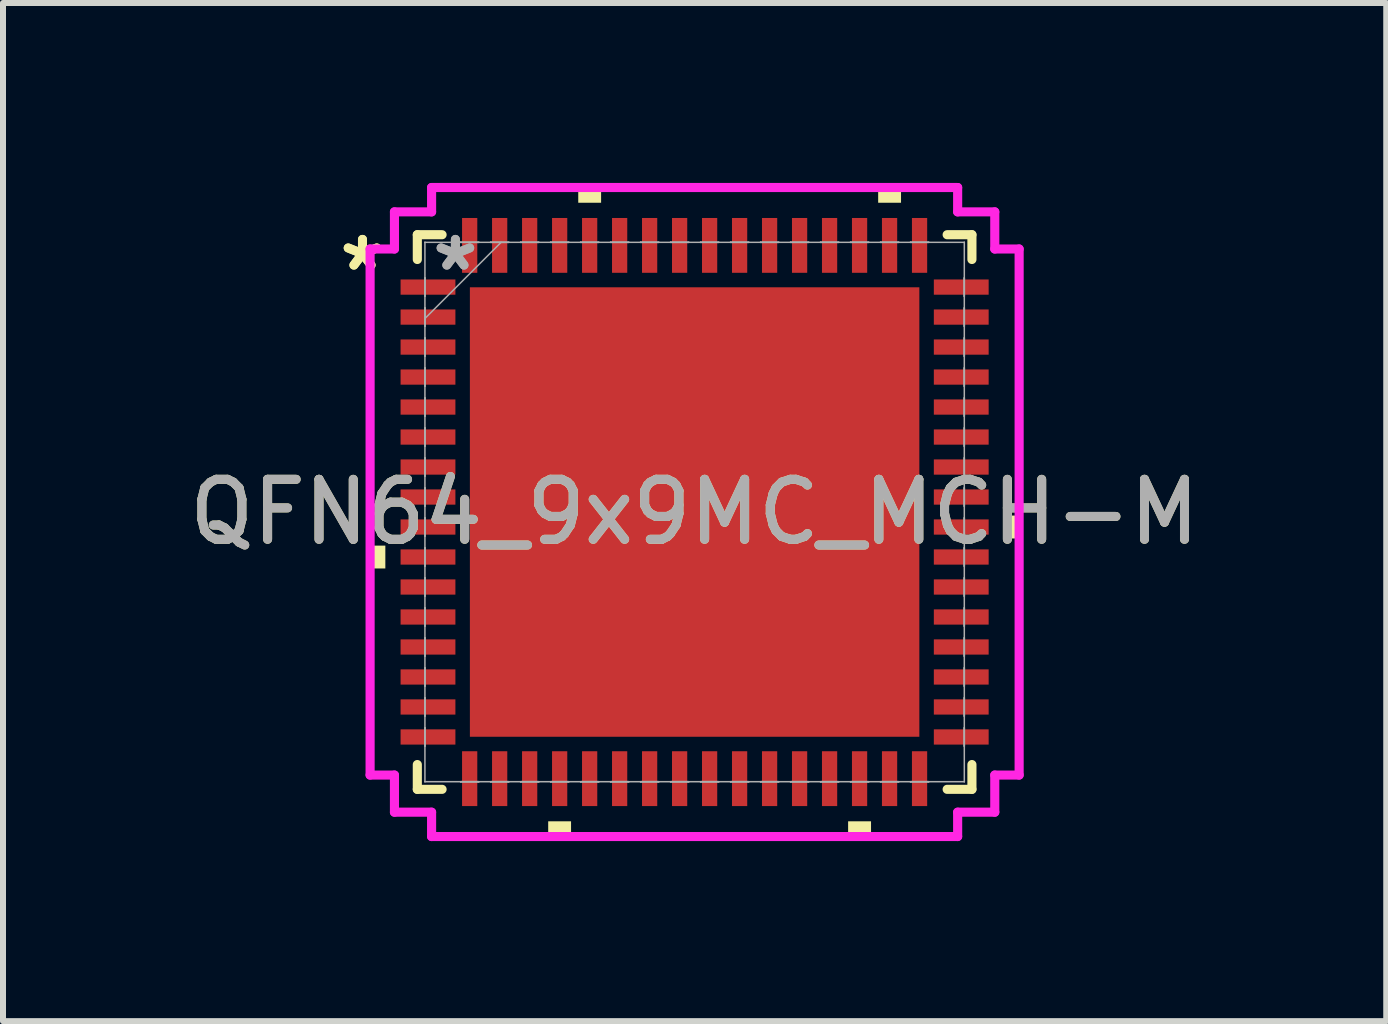
<source format=kicad_pcb>
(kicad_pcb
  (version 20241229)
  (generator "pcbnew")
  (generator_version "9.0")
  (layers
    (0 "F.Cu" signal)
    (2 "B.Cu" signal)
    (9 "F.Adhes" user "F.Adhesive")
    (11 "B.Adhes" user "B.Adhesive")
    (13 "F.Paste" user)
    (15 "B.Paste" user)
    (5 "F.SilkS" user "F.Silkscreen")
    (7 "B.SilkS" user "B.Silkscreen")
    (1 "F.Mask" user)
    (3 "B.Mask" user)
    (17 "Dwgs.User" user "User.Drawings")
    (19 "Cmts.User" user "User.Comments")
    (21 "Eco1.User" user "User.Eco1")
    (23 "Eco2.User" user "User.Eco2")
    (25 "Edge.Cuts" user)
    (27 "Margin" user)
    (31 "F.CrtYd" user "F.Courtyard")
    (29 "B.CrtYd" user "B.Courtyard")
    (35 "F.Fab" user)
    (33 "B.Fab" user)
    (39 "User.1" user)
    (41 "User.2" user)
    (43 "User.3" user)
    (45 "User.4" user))
  (footprint "QFN64_9x9MC_MCH-M"
    (layer "F.Cu")
    (at 8.53 5.486)
    (property "Reference" "QFN64_9x9MC_MCH-M" (at 0 0 0) (unlocked yes) (layer "F.SilkS") (effects (font (size 1 1) (thickness 0.15))))
    (attr smd)
    (fp_line (start -4.623 -4.623) (end -4.623 -4.21) (stroke (width 0.152) (type solid)) (layer "F.SilkS"))
    (fp_line (start -4.623 4.21) (end -4.623 4.623) (stroke (width 0.152) (type solid)) (layer "F.SilkS"))
    (fp_line (start -4.623 4.623) (end -4.21 4.623) (stroke (width 0.152) (type solid)) (layer "F.SilkS"))
    (fp_line (start -4.21 -4.623) (end -4.623 -4.623) (stroke (width 0.152) (type solid)) (layer "F.SilkS"))
    (fp_line (start 4.21 4.623) (end 4.623 4.623) (stroke (width 0.152) (type solid)) (layer "F.SilkS"))
    (fp_line (start 4.623 -4.623) (end 4.21 -4.623) (stroke (width 0.152) (type solid)) (layer "F.SilkS"))
    (fp_line (start 4.623 -4.21) (end 4.623 -4.623) (stroke (width 0.152) (type solid)) (layer "F.SilkS"))
    (fp_line (start 4.623 4.623) (end 4.623 4.21) (stroke (width 0.152) (type solid)) (layer "F.SilkS"))
    (fp_poly (pts (xy -5.41 0.56) (xy -5.41 0.941) (xy -5.156 0.941) (xy -5.156 0.56)) (stroke (width 0) (type solid)) (fill yes) (layer "F.SilkS"))
    (fp_poly (pts (xy -2.441 5.156) (xy -2.441 5.41) (xy -2.06 5.41) (xy -2.06 5.156)) (stroke (width 0) (type solid)) (fill yes) (layer "F.SilkS"))
    (fp_poly (pts (xy -1.94 -5.156) (xy -1.94 -5.41) (xy -1.559 -5.41) (xy -1.559 -5.156)) (stroke (width 0) (type solid)) (fill yes) (layer "F.SilkS"))
    (fp_poly (pts (xy 2.559 5.156) (xy 2.559 5.41) (xy 2.941 5.41) (xy 2.941 5.156)) (stroke (width 0) (type solid)) (fill yes) (layer "F.SilkS"))
    (fp_poly (pts (xy 3.06 -5.156) (xy 3.06 -5.41) (xy 3.441 -5.41) (xy 3.441 -5.156)) (stroke (width 0) (type solid)) (fill yes) (layer "F.SilkS"))
    (fp_poly (pts (xy 5.41 0.059) (xy 5.41 0.441) (xy 5.156 0.441) (xy 5.156 0.059)) (stroke (width 0) (type solid)) (fill yes) (layer "F.SilkS"))
    (fp_poly (pts (xy -3.647 -3.647) (xy -3.647 -2.348) (xy -2.348 -2.348) (xy -2.348 -3.647)) (stroke (width 0) (type solid)) (fill yes) (layer "F.Paste"))
    (fp_poly (pts (xy -3.647 -2.148) (xy -3.647 -0.849) (xy -2.348 -0.849) (xy -2.348 -2.148)) (stroke (width 0) (type solid)) (fill yes) (layer "F.Paste"))
    (fp_poly (pts (xy -3.647 -0.649) (xy -3.647 0.649) (xy -2.348 0.649) (xy -2.348 -0.649)) (stroke (width 0) (type solid)) (fill yes) (layer "F.Paste"))
    (fp_poly (pts (xy -3.647 0.849) (xy -3.647 2.148) (xy -2.348 2.148) (xy -2.348 0.849)) (stroke (width 0) (type solid)) (fill yes) (layer "F.Paste"))
    (fp_poly (pts (xy -3.647 2.348) (xy -3.647 3.647) (xy -2.348 3.647) (xy -2.348 2.348)) (stroke (width 0) (type solid)) (fill yes) (layer "F.Paste"))
    (fp_poly (pts (xy -2.148 -3.647) (xy -2.148 -2.348) (xy -0.849 -2.348) (xy -0.849 -3.647)) (stroke (width 0) (type solid)) (fill yes) (layer "F.Paste"))
    (fp_poly (pts (xy -2.148 -2.148) (xy -2.148 -0.849) (xy -0.849 -0.849) (xy -0.849 -2.148)) (stroke (width 0) (type solid)) (fill yes) (layer "F.Paste"))
    (fp_poly (pts (xy -2.148 -0.649) (xy -2.148 0.649) (xy -0.849 0.649) (xy -0.849 -0.649)) (stroke (width 0) (type solid)) (fill yes) (layer "F.Paste"))
    (fp_poly (pts (xy -2.148 0.849) (xy -2.148 2.148) (xy -0.849 2.148) (xy -0.849 0.849)) (stroke (width 0) (type solid)) (fill yes) (layer "F.Paste"))
    (fp_poly (pts (xy -2.148 2.348) (xy -2.148 3.647) (xy -0.849 3.647) (xy -0.849 2.348)) (stroke (width 0) (type solid)) (fill yes) (layer "F.Paste"))
    (fp_poly (pts (xy -0.649 -3.647) (xy -0.649 -2.348) (xy 0.649 -2.348) (xy 0.649 -3.647)) (stroke (width 0) (type solid)) (fill yes) (layer "F.Paste"))
    (fp_poly (pts (xy -0.649 -2.148) (xy -0.649 -0.849) (xy 0.649 -0.849) (xy 0.649 -2.148)) (stroke (width 0) (type solid)) (fill yes) (layer "F.Paste"))
    (fp_poly (pts (xy -0.649 -0.649) (xy -0.649 0.649) (xy 0.649 0.649) (xy 0.649 -0.649)) (stroke (width 0) (type solid)) (fill yes) (layer "F.Paste"))
    (fp_poly (pts (xy -0.649 0.849) (xy -0.649 2.148) (xy 0.649 2.148) (xy 0.649 0.849)) (stroke (width 0) (type solid)) (fill yes) (layer "F.Paste"))
    (fp_poly (pts (xy -0.649 2.348) (xy -0.649 3.647) (xy 0.649 3.647) (xy 0.649 2.348)) (stroke (width 0) (type solid)) (fill yes) (layer "F.Paste"))
    (fp_poly (pts (xy 0.849 -3.647) (xy 0.849 -2.348) (xy 2.148 -2.348) (xy 2.148 -3.647)) (stroke (width 0) (type solid)) (fill yes) (layer "F.Paste"))
    (fp_poly (pts (xy 0.849 -2.148) (xy 0.849 -0.849) (xy 2.148 -0.849) (xy 2.148 -2.148)) (stroke (width 0) (type solid)) (fill yes) (layer "F.Paste"))
    (fp_poly (pts (xy 0.849 -0.649) (xy 0.849 0.649) (xy 2.148 0.649) (xy 2.148 -0.649)) (stroke (width 0) (type solid)) (fill yes) (layer "F.Paste"))
    (fp_poly (pts (xy 0.849 0.849) (xy 0.849 2.148) (xy 2.148 2.148) (xy 2.148 0.849)) (stroke (width 0) (type solid)) (fill yes) (layer "F.Paste"))
    (fp_poly (pts (xy 0.849 2.348) (xy 0.849 3.647) (xy 2.148 3.647) (xy 2.148 2.348)) (stroke (width 0) (type solid)) (fill yes) (layer "F.Paste"))
    (fp_poly (pts (xy 2.348 -3.647) (xy 2.348 -2.348) (xy 3.647 -2.348) (xy 3.647 -3.647)) (stroke (width 0) (type solid)) (fill yes) (layer "F.Paste"))
    (fp_poly (pts (xy 2.348 -2.148) (xy 2.348 -0.849) (xy 3.647 -0.849) (xy 3.647 -2.148)) (stroke (width 0) (type solid)) (fill yes) (layer "F.Paste"))
    (fp_poly (pts (xy 2.348 -0.649) (xy 2.348 0.649) (xy 3.647 0.649) (xy 3.647 -0.649)) (stroke (width 0) (type solid)) (fill yes) (layer "F.Paste"))
    (fp_poly (pts (xy 2.348 0.849) (xy 2.348 2.148) (xy 3.647 2.148) (xy 3.647 0.849)) (stroke (width 0) (type solid)) (fill yes) (layer "F.Paste"))
    (fp_poly (pts (xy 2.348 2.348) (xy 2.348 3.647) (xy 3.647 3.647) (xy 3.647 2.348)) (stroke (width 0) (type solid)) (fill yes) (layer "F.Paste"))
    (fp_line (start -5.41 -4.385) (end -5.004 -4.385) (stroke (width 0.152) (type solid)) (layer "F.CrtYd"))
    (fp_line (start -5.41 4.385) (end -5.41 -4.385) (stroke (width 0.152) (type solid)) (layer "F.CrtYd"))
    (fp_line (start -5.004 -5.004) (end -4.385 -5.004) (stroke (width 0.152) (type solid)) (layer "F.CrtYd"))
    (fp_line (start -5.004 -4.385) (end -5.004 -5.004) (stroke (width 0.152) (type solid)) (layer "F.CrtYd"))
    (fp_line (start -5.004 4.385) (end -5.41 4.385) (stroke (width 0.152) (type solid)) (layer "F.CrtYd"))
    (fp_line (start -5.004 5.004) (end -5.004 4.385) (stroke (width 0.152) (type solid)) (layer "F.CrtYd"))
    (fp_line (start -4.385 -5.41) (end 4.385 -5.41) (stroke (width 0.152) (type solid)) (layer "F.CrtYd"))
    (fp_line (start -4.385 -5.004) (end -4.385 -5.41) (stroke (width 0.152) (type solid)) (layer "F.CrtYd"))
    (fp_line (start -4.385 5.004) (end -5.004 5.004) (stroke (width 0.152) (type solid)) (layer "F.CrtYd"))
    (fp_line (start -4.385 5.41) (end -4.385 5.004) (stroke (width 0.152) (type solid)) (layer "F.CrtYd"))
    (fp_line (start 4.385 -5.41) (end 4.385 -5.004) (stroke (width 0.152) (type solid)) (layer "F.CrtYd"))
    (fp_line (start 4.385 -5.004) (end 5.004 -5.004) (stroke (width 0.152) (type solid)) (layer "F.CrtYd"))
    (fp_line (start 4.385 5.004) (end 4.385 5.41) (stroke (width 0.152) (type solid)) (layer "F.CrtYd"))
    (fp_line (start 4.385 5.41) (end -4.385 5.41) (stroke (width 0.152) (type solid)) (layer "F.CrtYd"))
    (fp_line (start 5.004 -5.004) (end 5.004 -4.385) (stroke (width 0.152) (type solid)) (layer "F.CrtYd"))
    (fp_line (start 5.004 -4.385) (end 5.41 -4.385) (stroke (width 0.152) (type solid)) (layer "F.CrtYd"))
    (fp_line (start 5.004 4.385) (end 5.004 5.004) (stroke (width 0.152) (type solid)) (layer "F.CrtYd"))
    (fp_line (start 5.004 5.004) (end 4.385 5.004) (stroke (width 0.152) (type solid)) (layer "F.CrtYd"))
    (fp_line (start 5.41 -4.385) (end 5.41 4.385) (stroke (width 0.152) (type solid)) (layer "F.CrtYd"))
    (fp_line (start 5.41 4.385) (end 5.004 4.385) (stroke (width 0.152) (type solid)) (layer "F.CrtYd"))
    (fp_line (start -4.496 -4.496) (end -4.496 -4.496) (stroke (width 0.025) (type solid)) (layer "F.Fab"))
    (fp_line (start -4.496 -4.496) (end -4.496 4.496) (stroke (width 0.025) (type solid)) (layer "F.Fab"))
    (fp_line (start -4.496 -3.902) (end -4.496 -3.902) (stroke (width 0.025) (type solid)) (layer "F.Fab"))
    (fp_line (start -4.496 -3.902) (end -4.496 -3.598) (stroke (width 0.025) (type solid)) (layer "F.Fab"))
    (fp_line (start -4.496 -3.598) (end -4.496 -3.902) (stroke (width 0.025) (type solid)) (layer "F.Fab"))
    (fp_line (start -4.496 -3.598) (end -4.496 -3.598) (stroke (width 0.025) (type solid)) (layer "F.Fab"))
    (fp_line (start -4.496 -3.402) (end -4.496 -3.402) (stroke (width 0.025) (type solid)) (layer "F.Fab"))
    (fp_line (start -4.496 -3.402) (end -4.496 -3.098) (stroke (width 0.025) (type solid)) (layer "F.Fab"))
    (fp_line (start -4.496 -3.226) (end -3.226 -4.496) (stroke (width 0.025) (type solid)) (layer "F.Fab"))
    (fp_line (start -4.496 -3.098) (end -4.496 -3.402) (stroke (width 0.025) (type solid)) (layer "F.Fab"))
    (fp_line (start -4.496 -3.098) (end -4.496 -3.098) (stroke (width 0.025) (type solid)) (layer "F.Fab"))
    (fp_line (start -4.496 -2.902) (end -4.496 -2.902) (stroke (width 0.025) (type solid)) (layer "F.Fab"))
    (fp_line (start -4.496 -2.902) (end -4.496 -2.598) (stroke (width 0.025) (type solid)) (layer "F.Fab"))
    (fp_line (start -4.496 -2.598) (end -4.496 -2.902) (stroke (width 0.025) (type solid)) (layer "F.Fab"))
    (fp_line (start -4.496 -2.598) (end -4.496 -2.598) (stroke (width 0.025) (type solid)) (layer "F.Fab"))
    (fp_line (start -4.496 -2.402) (end -4.496 -2.402) (stroke (width 0.025) (type solid)) (layer "F.Fab"))
    (fp_line (start -4.496 -2.402) (end -4.496 -2.098) (stroke (width 0.025) (type solid)) (layer "F.Fab"))
    (fp_line (start -4.496 -2.098) (end -4.496 -2.402) (stroke (width 0.025) (type solid)) (layer "F.Fab"))
    (fp_line (start -4.496 -2.098) (end -4.496 -2.098) (stroke (width 0.025) (type solid)) (layer "F.Fab"))
    (fp_line (start -4.496 -1.902) (end -4.496 -1.902) (stroke (width 0.025) (type solid)) (layer "F.Fab"))
    (fp_line (start -4.496 -1.902) (end -4.496 -1.598) (stroke (width 0.025) (type solid)) (layer "F.Fab"))
    (fp_line (start -4.496 -1.598) (end -4.496 -1.902) (stroke (width 0.025) (type solid)) (layer "F.Fab"))
    (fp_line (start -4.496 -1.598) (end -4.496 -1.598) (stroke (width 0.025) (type solid)) (layer "F.Fab"))
    (fp_line (start -4.496 -1.402) (end -4.496 -1.402) (stroke (width 0.025) (type solid)) (layer "F.Fab"))
    (fp_line (start -4.496 -1.402) (end -4.496 -1.098) (stroke (width 0.025) (type solid)) (layer "F.Fab"))
    (fp_line (start -4.496 -1.098) (end -4.496 -1.402) (stroke (width 0.025) (type solid)) (layer "F.Fab"))
    (fp_line (start -4.496 -1.098) (end -4.496 -1.098) (stroke (width 0.025) (type solid)) (layer "F.Fab"))
    (fp_line (start -4.496 -0.902) (end -4.496 -0.902) (stroke (width 0.025) (type solid)) (layer "F.Fab"))
    (fp_line (start -4.496 -0.902) (end -4.496 -0.598) (stroke (width 0.025) (type solid)) (layer "F.Fab"))
    (fp_line (start -4.496 -0.598) (end -4.496 -0.902) (stroke (width 0.025) (type solid)) (layer "F.Fab"))
    (fp_line (start -4.496 -0.598) (end -4.496 -0.598) (stroke (width 0.025) (type solid)) (layer "F.Fab"))
    (fp_line (start -4.496 -0.402) (end -4.496 -0.402) (stroke (width 0.025) (type solid)) (layer "F.Fab"))
    (fp_line (start -4.496 -0.402) (end -4.496 -0.098) (stroke (width 0.025) (type solid)) (layer "F.Fab"))
    (fp_line (start -4.496 -0.098) (end -4.496 -0.402) (stroke (width 0.025) (type solid)) (layer "F.Fab"))
    (fp_line (start -4.496 -0.098) (end -4.496 -0.098) (stroke (width 0.025) (type solid)) (layer "F.Fab"))
    (fp_line (start -4.496 0.098) (end -4.496 0.098) (stroke (width 0.025) (type solid)) (layer "F.Fab"))
    (fp_line (start -4.496 0.098) (end -4.496 0.402) (stroke (width 0.025) (type solid)) (layer "F.Fab"))
    (fp_line (start -4.496 0.402) (end -4.496 0.098) (stroke (width 0.025) (type solid)) (layer "F.Fab"))
    (fp_line (start -4.496 0.402) (end -4.496 0.402) (stroke (width 0.025) (type solid)) (layer "F.Fab"))
    (fp_line (start -4.496 0.598) (end -4.496 0.598) (stroke (width 0.025) (type solid)) (layer "F.Fab"))
    (fp_line (start -4.496 0.598) (end -4.496 0.902) (stroke (width 0.025) (type solid)) (layer "F.Fab"))
    (fp_line (start -4.496 0.902) (end -4.496 0.598) (stroke (width 0.025) (type solid)) (layer "F.Fab"))
    (fp_line (start -4.496 0.902) (end -4.496 0.902) (stroke (width 0.025) (type solid)) (layer "F.Fab"))
    (fp_line (start -4.496 1.098) (end -4.496 1.098) (stroke (width 0.025) (type solid)) (layer "F.Fab"))
    (fp_line (start -4.496 1.098) (end -4.496 1.402) (stroke (width 0.025) (type solid)) (layer "F.Fab"))
    (fp_line (start -4.496 1.402) (end -4.496 1.098) (stroke (width 0.025) (type solid)) (layer "F.Fab"))
    (fp_line (start -4.496 1.402) (end -4.496 1.402) (stroke (width 0.025) (type solid)) (layer "F.Fab"))
    (fp_line (start -4.496 1.598) (end -4.496 1.598) (stroke (width 0.025) (type solid)) (layer "F.Fab"))
    (fp_line (start -4.496 1.598) (end -4.496 1.902) (stroke (width 0.025) (type solid)) (layer "F.Fab"))
    (fp_line (start -4.496 1.902) (end -4.496 1.598) (stroke (width 0.025) (type solid)) (layer "F.Fab"))
    (fp_line (start -4.496 1.902) (end -4.496 1.902) (stroke (width 0.025) (type solid)) (layer "F.Fab"))
    (fp_line (start -4.496 2.098) (end -4.496 2.098) (stroke (width 0.025) (type solid)) (layer "F.Fab"))
    (fp_line (start -4.496 2.098) (end -4.496 2.402) (stroke (width 0.025) (type solid)) (layer "F.Fab"))
    (fp_line (start -4.496 2.402) (end -4.496 2.098) (stroke (width 0.025) (type solid)) (layer "F.Fab"))
    (fp_line (start -4.496 2.402) (end -4.496 2.402) (stroke (width 0.025) (type solid)) (layer "F.Fab"))
    (fp_line (start -4.496 2.598) (end -4.496 2.598) (stroke (width 0.025) (type solid)) (layer "F.Fab"))
    (fp_line (start -4.496 2.598) (end -4.496 2.902) (stroke (width 0.025) (type solid)) (layer "F.Fab"))
    (fp_line (start -4.496 2.902) (end -4.496 2.598) (stroke (width 0.025) (type solid)) (layer "F.Fab"))
    (fp_line (start -4.496 2.902) (end -4.496 2.902) (stroke (width 0.025) (type solid)) (layer "F.Fab"))
    (fp_line (start -4.496 3.098) (end -4.496 3.098) (stroke (width 0.025) (type solid)) (layer "F.Fab"))
    (fp_line (start -4.496 3.098) (end -4.496 3.402) (stroke (width 0.025) (type solid)) (layer "F.Fab"))
    (fp_line (start -4.496 3.402) (end -4.496 3.098) (stroke (width 0.025) (type solid)) (layer "F.Fab"))
    (fp_line (start -4.496 3.402) (end -4.496 3.402) (stroke (width 0.025) (type solid)) (layer "F.Fab"))
    (fp_line (start -4.496 3.598) (end -4.496 3.598) (stroke (width 0.025) (type solid)) (layer "F.Fab"))
    (fp_line (start -4.496 3.598) (end -4.496 3.902) (stroke (width 0.025) (type solid)) (layer "F.Fab"))
    (fp_line (start -4.496 3.902) (end -4.496 3.598) (stroke (width 0.025) (type solid)) (layer "F.Fab"))
    (fp_line (start -4.496 3.902) (end -4.496 3.902) (stroke (width 0.025) (type solid)) (layer "F.Fab"))
    (fp_line (start -4.496 4.496) (end -4.496 4.496) (stroke (width 0.025) (type solid)) (layer "F.Fab"))
    (fp_line (start -4.496 4.496) (end 4.496 4.496) (stroke (width 0.025) (type solid)) (layer "F.Fab"))
    (fp_line (start -3.902 -4.496) (end -3.902 -4.496) (stroke (width 0.025) (type solid)) (layer "F.Fab"))
    (fp_line (start -3.902 -4.496) (end -3.598 -4.496) (stroke (width 0.025) (type solid)) (layer "F.Fab"))
    (fp_line (start -3.902 4.496) (end -3.902 4.496) (stroke (width 0.025) (type solid)) (layer "F.Fab"))
    (fp_line (start -3.902 4.496) (end -3.598 4.496) (stroke (width 0.025) (type solid)) (layer "F.Fab"))
    (fp_line (start -3.598 -4.496) (end -3.902 -4.496) (stroke (width 0.025) (type solid)) (layer "F.Fab"))
    (fp_line (start -3.598 -4.496) (end -3.598 -4.496) (stroke (width 0.025) (type solid)) (layer "F.Fab"))
    (fp_line (start -3.598 4.496) (end -3.902 4.496) (stroke (width 0.025) (type solid)) (layer "F.Fab"))
    (fp_line (start -3.598 4.496) (end -3.598 4.496) (stroke (width 0.025) (type solid)) (layer "F.Fab"))
    (fp_line (start -3.402 -4.496) (end -3.402 -4.496) (stroke (width 0.025) (type solid)) (layer "F.Fab"))
    (fp_line (start -3.402 -4.496) (end -3.098 -4.496) (stroke (width 0.025) (type solid)) (layer "F.Fab"))
    (fp_line (start -3.402 4.496) (end -3.402 4.496) (stroke (width 0.025) (type solid)) (layer "F.Fab"))
    (fp_line (start -3.402 4.496) (end -3.098 4.496) (stroke (width 0.025) (type solid)) (layer "F.Fab"))
    (fp_line (start -3.098 -4.496) (end -3.402 -4.496) (stroke (width 0.025) (type solid)) (layer "F.Fab"))
    (fp_line (start -3.098 -4.496) (end -3.098 -4.496) (stroke (width 0.025) (type solid)) (layer "F.Fab"))
    (fp_line (start -3.098 4.496) (end -3.402 4.496) (stroke (width 0.025) (type solid)) (layer "F.Fab"))
    (fp_line (start -3.098 4.496) (end -3.098 4.496) (stroke (width 0.025) (type solid)) (layer "F.Fab"))
    (fp_line (start -2.902 -4.496) (end -2.902 -4.496) (stroke (width 0.025) (type solid)) (layer "F.Fab"))
    (fp_line (start -2.902 -4.496) (end -2.598 -4.496) (stroke (width 0.025) (type solid)) (layer "F.Fab"))
    (fp_line (start -2.902 4.496) (end -2.902 4.496) (stroke (width 0.025) (type solid)) (layer "F.Fab"))
    (fp_line (start -2.902 4.496) (end -2.598 4.496) (stroke (width 0.025) (type solid)) (layer "F.Fab"))
    (fp_line (start -2.598 -4.496) (end -2.902 -4.496) (stroke (width 0.025) (type solid)) (layer "F.Fab"))
    (fp_line (start -2.598 -4.496) (end -2.598 -4.496) (stroke (width 0.025) (type solid)) (layer "F.Fab"))
    (fp_line (start -2.598 4.496) (end -2.902 4.496) (stroke (width 0.025) (type solid)) (layer "F.Fab"))
    (fp_line (start -2.598 4.496) (end -2.598 4.496) (stroke (width 0.025) (type solid)) (layer "F.Fab"))
    (fp_line (start -2.402 -4.496) (end -2.402 -4.496) (stroke (width 0.025) (type solid)) (layer "F.Fab"))
    (fp_line (start -2.402 -4.496) (end -2.098 -4.496) (stroke (width 0.025) (type solid)) (layer "F.Fab"))
    (fp_line (start -2.402 4.496) (end -2.402 4.496) (stroke (width 0.025) (type solid)) (layer "F.Fab"))
    (fp_line (start -2.402 4.496) (end -2.098 4.496) (stroke (width 0.025) (type solid)) (layer "F.Fab"))
    (fp_line (start -2.098 -4.496) (end -2.402 -4.496) (stroke (width 0.025) (type solid)) (layer "F.Fab"))
    (fp_line (start -2.098 -4.496) (end -2.098 -4.496) (stroke (width 0.025) (type solid)) (layer "F.Fab"))
    (fp_line (start -2.098 4.496) (end -2.402 4.496) (stroke (width 0.025) (type solid)) (layer "F.Fab"))
    (fp_line (start -2.098 4.496) (end -2.098 4.496) (stroke (width 0.025) (type solid)) (layer "F.Fab"))
    (fp_line (start -1.902 -4.496) (end -1.902 -4.496) (stroke (width 0.025) (type solid)) (layer "F.Fab"))
    (fp_line (start -1.902 -4.496) (end -1.598 -4.496) (stroke (width 0.025) (type solid)) (layer "F.Fab"))
    (fp_line (start -1.902 4.496) (end -1.902 4.496) (stroke (width 0.025) (type solid)) (layer "F.Fab"))
    (fp_line (start -1.902 4.496) (end -1.598 4.496) (stroke (width 0.025) (type solid)) (layer "F.Fab"))
    (fp_line (start -1.598 -4.496) (end -1.902 -4.496) (stroke (width 0.025) (type solid)) (layer "F.Fab"))
    (fp_line (start -1.598 -4.496) (end -1.598 -4.496) (stroke (width 0.025) (type solid)) (layer "F.Fab"))
    (fp_line (start -1.598 4.496) (end -1.902 4.496) (stroke (width 0.025) (type solid)) (layer "F.Fab"))
    (fp_line (start -1.598 4.496) (end -1.598 4.496) (stroke (width 0.025) (type solid)) (layer "F.Fab"))
    (fp_line (start -1.402 -4.496) (end -1.402 -4.496) (stroke (width 0.025) (type solid)) (layer "F.Fab"))
    (fp_line (start -1.402 -4.496) (end -1.098 -4.496) (stroke (width 0.025) (type solid)) (layer "F.Fab"))
    (fp_line (start -1.402 4.496) (end -1.402 4.496) (stroke (width 0.025) (type solid)) (layer "F.Fab"))
    (fp_line (start -1.402 4.496) (end -1.098 4.496) (stroke (width 0.025) (type solid)) (layer "F.Fab"))
    (fp_line (start -1.098 -4.496) (end -1.402 -4.496) (stroke (width 0.025) (type solid)) (layer "F.Fab"))
    (fp_line (start -1.098 -4.496) (end -1.098 -4.496) (stroke (width 0.025) (type solid)) (layer "F.Fab"))
    (fp_line (start -1.098 4.496) (end -1.402 4.496) (stroke (width 0.025) (type solid)) (layer "F.Fab"))
    (fp_line (start -1.098 4.496) (end -1.098 4.496) (stroke (width 0.025) (type solid)) (layer "F.Fab"))
    (fp_line (start -0.902 -4.496) (end -0.902 -4.496) (stroke (width 0.025) (type solid)) (layer "F.Fab"))
    (fp_line (start -0.902 -4.496) (end -0.598 -4.496) (stroke (width 0.025) (type solid)) (layer "F.Fab"))
    (fp_line (start -0.902 4.496) (end -0.902 4.496) (stroke (width 0.025) (type solid)) (layer "F.Fab"))
    (fp_line (start -0.902 4.496) (end -0.598 4.496) (stroke (width 0.025) (type solid)) (layer "F.Fab"))
    (fp_line (start -0.598 -4.496) (end -0.902 -4.496) (stroke (width 0.025) (type solid)) (layer "F.Fab"))
    (fp_line (start -0.598 -4.496) (end -0.598 -4.496) (stroke (width 0.025) (type solid)) (layer "F.Fab"))
    (fp_line (start -0.598 4.496) (end -0.902 4.496) (stroke (width 0.025) (type solid)) (layer "F.Fab"))
    (fp_line (start -0.598 4.496) (end -0.598 4.496) (stroke (width 0.025) (type solid)) (layer "F.Fab"))
    (fp_line (start -0.402 -4.496) (end -0.402 -4.496) (stroke (width 0.025) (type solid)) (layer "F.Fab"))
    (fp_line (start -0.402 -4.496) (end -0.098 -4.496) (stroke (width 0.025) (type solid)) (layer "F.Fab"))
    (fp_line (start -0.402 4.496) (end -0.402 4.496) (stroke (width 0.025) (type solid)) (layer "F.Fab"))
    (fp_line (start -0.402 4.496) (end -0.098 4.496) (stroke (width 0.025) (type solid)) (layer "F.Fab"))
    (fp_line (start -0.098 -4.496) (end -0.402 -4.496) (stroke (width 0.025) (type solid)) (layer "F.Fab"))
    (fp_line (start -0.098 -4.496) (end -0.098 -4.496) (stroke (width 0.025) (type solid)) (layer "F.Fab"))
    (fp_line (start -0.098 4.496) (end -0.402 4.496) (stroke (width 0.025) (type solid)) (layer "F.Fab"))
    (fp_line (start -0.098 4.496) (end -0.098 4.496) (stroke (width 0.025) (type solid)) (layer "F.Fab"))
    (fp_line (start 0.098 -4.496) (end 0.098 -4.496) (stroke (width 0.025) (type solid)) (layer "F.Fab"))
    (fp_line (start 0.098 -4.496) (end 0.402 -4.496) (stroke (width 0.025) (type solid)) (layer "F.Fab"))
    (fp_line (start 0.098 4.496) (end 0.098 4.496) (stroke (width 0.025) (type solid)) (layer "F.Fab"))
    (fp_line (start 0.098 4.496) (end 0.402 4.496) (stroke (width 0.025) (type solid)) (layer "F.Fab"))
    (fp_line (start 0.402 -4.496) (end 0.098 -4.496) (stroke (width 0.025) (type solid)) (layer "F.Fab"))
    (fp_line (start 0.402 -4.496) (end 0.402 -4.496) (stroke (width 0.025) (type solid)) (layer "F.Fab"))
    (fp_line (start 0.402 4.496) (end 0.098 4.496) (stroke (width 0.025) (type solid)) (layer "F.Fab"))
    (fp_line (start 0.402 4.496) (end 0.402 4.496) (stroke (width 0.025) (type solid)) (layer "F.Fab"))
    (fp_line (start 0.598 -4.496) (end 0.598 -4.496) (stroke (width 0.025) (type solid)) (layer "F.Fab"))
    (fp_line (start 0.598 -4.496) (end 0.902 -4.496) (stroke (width 0.025) (type solid)) (layer "F.Fab"))
    (fp_line (start 0.598 4.496) (end 0.598 4.496) (stroke (width 0.025) (type solid)) (layer "F.Fab"))
    (fp_line (start 0.598 4.496) (end 0.902 4.496) (stroke (width 0.025) (type solid)) (layer "F.Fab"))
    (fp_line (start 0.902 -4.496) (end 0.598 -4.496) (stroke (width 0.025) (type solid)) (layer "F.Fab"))
    (fp_line (start 0.902 -4.496) (end 0.902 -4.496) (stroke (width 0.025) (type solid)) (layer "F.Fab"))
    (fp_line (start 0.902 4.496) (end 0.598 4.496) (stroke (width 0.025) (type solid)) (layer "F.Fab"))
    (fp_line (start 0.902 4.496) (end 0.902 4.496) (stroke (width 0.025) (type solid)) (layer "F.Fab"))
    (fp_line (start 1.098 -4.496) (end 1.098 -4.496) (stroke (width 0.025) (type solid)) (layer "F.Fab"))
    (fp_line (start 1.098 -4.496) (end 1.402 -4.496) (stroke (width 0.025) (type solid)) (layer "F.Fab"))
    (fp_line (start 1.098 4.496) (end 1.098 4.496) (stroke (width 0.025) (type solid)) (layer "F.Fab"))
    (fp_line (start 1.098 4.496) (end 1.402 4.496) (stroke (width 0.025) (type solid)) (layer "F.Fab"))
    (fp_line (start 1.402 -4.496) (end 1.098 -4.496) (stroke (width 0.025) (type solid)) (layer "F.Fab"))
    (fp_line (start 1.402 -4.496) (end 1.402 -4.496) (stroke (width 0.025) (type solid)) (layer "F.Fab"))
    (fp_line (start 1.402 4.496) (end 1.098 4.496) (stroke (width 0.025) (type solid)) (layer "F.Fab"))
    (fp_line (start 1.402 4.496) (end 1.402 4.496) (stroke (width 0.025) (type solid)) (layer "F.Fab"))
    (fp_line (start 1.598 -4.496) (end 1.598 -4.496) (stroke (width 0.025) (type solid)) (layer "F.Fab"))
    (fp_line (start 1.598 -4.496) (end 1.902 -4.496) (stroke (width 0.025) (type solid)) (layer "F.Fab"))
    (fp_line (start 1.598 4.496) (end 1.598 4.496) (stroke (width 0.025) (type solid)) (layer "F.Fab"))
    (fp_line (start 1.598 4.496) (end 1.902 4.496) (stroke (width 0.025) (type solid)) (layer "F.Fab"))
    (fp_line (start 1.902 -4.496) (end 1.598 -4.496) (stroke (width 0.025) (type solid)) (layer "F.Fab"))
    (fp_line (start 1.902 -4.496) (end 1.902 -4.496) (stroke (width 0.025) (type solid)) (layer "F.Fab"))
    (fp_line (start 1.902 4.496) (end 1.598 4.496) (stroke (width 0.025) (type solid)) (layer "F.Fab"))
    (fp_line (start 1.902 4.496) (end 1.902 4.496) (stroke (width 0.025) (type solid)) (layer "F.Fab"))
    (fp_line (start 2.098 -4.496) (end 2.098 -4.496) (stroke (width 0.025) (type solid)) (layer "F.Fab"))
    (fp_line (start 2.098 -4.496) (end 2.402 -4.496) (stroke (width 0.025) (type solid)) (layer "F.Fab"))
    (fp_line (start 2.098 4.496) (end 2.098 4.496) (stroke (width 0.025) (type solid)) (layer "F.Fab"))
    (fp_line (start 2.098 4.496) (end 2.402 4.496) (stroke (width 0.025) (type solid)) (layer "F.Fab"))
    (fp_line (start 2.402 -4.496) (end 2.098 -4.496) (stroke (width 0.025) (type solid)) (layer "F.Fab"))
    (fp_line (start 2.402 -4.496) (end 2.402 -4.496) (stroke (width 0.025) (type solid)) (layer "F.Fab"))
    (fp_line (start 2.402 4.496) (end 2.098 4.496) (stroke (width 0.025) (type solid)) (layer "F.Fab"))
    (fp_line (start 2.402 4.496) (end 2.402 4.496) (stroke (width 0.025) (type solid)) (layer "F.Fab"))
    (fp_line (start 2.598 -4.496) (end 2.598 -4.496) (stroke (width 0.025) (type solid)) (layer "F.Fab"))
    (fp_line (start 2.598 -4.496) (end 2.902 -4.496) (stroke (width 0.025) (type solid)) (layer "F.Fab"))
    (fp_line (start 2.598 4.496) (end 2.598 4.496) (stroke (width 0.025) (type solid)) (layer "F.Fab"))
    (fp_line (start 2.598 4.496) (end 2.902 4.496) (stroke (width 0.025) (type solid)) (layer "F.Fab"))
    (fp_line (start 2.902 -4.496) (end 2.598 -4.496) (stroke (width 0.025) (type solid)) (layer "F.Fab"))
    (fp_line (start 2.902 -4.496) (end 2.902 -4.496) (stroke (width 0.025) (type solid)) (layer "F.Fab"))
    (fp_line (start 2.902 4.496) (end 2.598 4.496) (stroke (width 0.025) (type solid)) (layer "F.Fab"))
    (fp_line (start 2.902 4.496) (end 2.902 4.496) (stroke (width 0.025) (type solid)) (layer "F.Fab"))
    (fp_line (start 3.098 -4.496) (end 3.098 -4.496) (stroke (width 0.025) (type solid)) (layer "F.Fab"))
    (fp_line (start 3.098 -4.496) (end 3.402 -4.496) (stroke (width 0.025) (type solid)) (layer "F.Fab"))
    (fp_line (start 3.098 4.496) (end 3.098 4.496) (stroke (width 0.025) (type solid)) (layer "F.Fab"))
    (fp_line (start 3.098 4.496) (end 3.402 4.496) (stroke (width 0.025) (type solid)) (layer "F.Fab"))
    (fp_line (start 3.402 -4.496) (end 3.098 -4.496) (stroke (width 0.025) (type solid)) (layer "F.Fab"))
    (fp_line (start 3.402 -4.496) (end 3.402 -4.496) (stroke (width 0.025) (type solid)) (layer "F.Fab"))
    (fp_line (start 3.402 4.496) (end 3.098 4.496) (stroke (width 0.025) (type solid)) (layer "F.Fab"))
    (fp_line (start 3.402 4.496) (end 3.402 4.496) (stroke (width 0.025) (type solid)) (layer "F.Fab"))
    (fp_line (start 3.598 -4.496) (end 3.598 -4.496) (stroke (width 0.025) (type solid)) (layer "F.Fab"))
    (fp_line (start 3.598 -4.496) (end 3.902 -4.496) (stroke (width 0.025) (type solid)) (layer "F.Fab"))
    (fp_line (start 3.598 4.496) (end 3.598 4.496) (stroke (width 0.025) (type solid)) (layer "F.Fab"))
    (fp_line (start 3.598 4.496) (end 3.902 4.496) (stroke (width 0.025) (type solid)) (layer "F.Fab"))
    (fp_line (start 3.902 -4.496) (end 3.598 -4.496) (stroke (width 0.025) (type solid)) (layer "F.Fab"))
    (fp_line (start 3.902 -4.496) (end 3.902 -4.496) (stroke (width 0.025) (type solid)) (layer "F.Fab"))
    (fp_line (start 3.902 4.496) (end 3.598 4.496) (stroke (width 0.025) (type solid)) (layer "F.Fab"))
    (fp_line (start 3.902 4.496) (end 3.902 4.496) (stroke (width 0.025) (type solid)) (layer "F.Fab"))
    (fp_line (start 4.496 -4.496) (end -4.496 -4.496) (stroke (width 0.025) (type solid)) (layer "F.Fab"))
    (fp_line (start 4.496 -4.496) (end 4.496 -4.496) (stroke (width 0.025) (type solid)) (layer "F.Fab"))
    (fp_line (start 4.496 -3.902) (end 4.496 -3.902) (stroke (width 0.025) (type solid)) (layer "F.Fab"))
    (fp_line (start 4.496 -3.902) (end 4.496 -3.598) (stroke (width 0.025) (type solid)) (layer "F.Fab"))
    (fp_line (start 4.496 -3.598) (end 4.496 -3.902) (stroke (width 0.025) (type solid)) (layer "F.Fab"))
    (fp_line (start 4.496 -3.598) (end 4.496 -3.598) (stroke (width 0.025) (type solid)) (layer "F.Fab"))
    (fp_line (start 4.496 -3.402) (end 4.496 -3.402) (stroke (width 0.025) (type solid)) (layer "F.Fab"))
    (fp_line (start 4.496 -3.402) (end 4.496 -3.098) (stroke (width 0.025) (type solid)) (layer "F.Fab"))
    (fp_line (start 4.496 -3.098) (end 4.496 -3.402) (stroke (width 0.025) (type solid)) (layer "F.Fab"))
    (fp_line (start 4.496 -3.098) (end 4.496 -3.098) (stroke (width 0.025) (type solid)) (layer "F.Fab"))
    (fp_line (start 4.496 -2.902) (end 4.496 -2.902) (stroke (width 0.025) (type solid)) (layer "F.Fab"))
    (fp_line (start 4.496 -2.902) (end 4.496 -2.598) (stroke (width 0.025) (type solid)) (layer "F.Fab"))
    (fp_line (start 4.496 -2.598) (end 4.496 -2.902) (stroke (width 0.025) (type solid)) (layer "F.Fab"))
    (fp_line (start 4.496 -2.598) (end 4.496 -2.598) (stroke (width 0.025) (type solid)) (layer "F.Fab"))
    (fp_line (start 4.496 -2.402) (end 4.496 -2.402) (stroke (width 0.025) (type solid)) (layer "F.Fab"))
    (fp_line (start 4.496 -2.402) (end 4.496 -2.098) (stroke (width 0.025) (type solid)) (layer "F.Fab"))
    (fp_line (start 4.496 -2.098) (end 4.496 -2.402) (stroke (width 0.025) (type solid)) (layer "F.Fab"))
    (fp_line (start 4.496 -2.098) (end 4.496 -2.098) (stroke (width 0.025) (type solid)) (layer "F.Fab"))
    (fp_line (start 4.496 -1.902) (end 4.496 -1.902) (stroke (width 0.025) (type solid)) (layer "F.Fab"))
    (fp_line (start 4.496 -1.902) (end 4.496 -1.598) (stroke (width 0.025) (type solid)) (layer "F.Fab"))
    (fp_line (start 4.496 -1.598) (end 4.496 -1.902) (stroke (width 0.025) (type solid)) (layer "F.Fab"))
    (fp_line (start 4.496 -1.598) (end 4.496 -1.598) (stroke (width 0.025) (type solid)) (layer "F.Fab"))
    (fp_line (start 4.496 -1.402) (end 4.496 -1.402) (stroke (width 0.025) (type solid)) (layer "F.Fab"))
    (fp_line (start 4.496 -1.402) (end 4.496 -1.098) (stroke (width 0.025) (type solid)) (layer "F.Fab"))
    (fp_line (start 4.496 -1.098) (end 4.496 -1.402) (stroke (width 0.025) (type solid)) (layer "F.Fab"))
    (fp_line (start 4.496 -1.098) (end 4.496 -1.098) (stroke (width 0.025) (type solid)) (layer "F.Fab"))
    (fp_line (start 4.496 -0.902) (end 4.496 -0.902) (stroke (width 0.025) (type solid)) (layer "F.Fab"))
    (fp_line (start 4.496 -0.902) (end 4.496 -0.598) (stroke (width 0.025) (type solid)) (layer "F.Fab"))
    (fp_line (start 4.496 -0.598) (end 4.496 -0.902) (stroke (width 0.025) (type solid)) (layer "F.Fab"))
    (fp_line (start 4.496 -0.598) (end 4.496 -0.598) (stroke (width 0.025) (type solid)) (layer "F.Fab"))
    (fp_line (start 4.496 -0.402) (end 4.496 -0.402) (stroke (width 0.025) (type solid)) (layer "F.Fab"))
    (fp_line (start 4.496 -0.402) (end 4.496 -0.098) (stroke (width 0.025) (type solid)) (layer "F.Fab"))
    (fp_line (start 4.496 -0.098) (end 4.496 -0.402) (stroke (width 0.025) (type solid)) (layer "F.Fab"))
    (fp_line (start 4.496 -0.098) (end 4.496 -0.098) (stroke (width 0.025) (type solid)) (layer "F.Fab"))
    (fp_line (start 4.496 0.098) (end 4.496 0.098) (stroke (width 0.025) (type solid)) (layer "F.Fab"))
    (fp_line (start 4.496 0.098) (end 4.496 0.402) (stroke (width 0.025) (type solid)) (layer "F.Fab"))
    (fp_line (start 4.496 0.402) (end 4.496 0.098) (stroke (width 0.025) (type solid)) (layer "F.Fab"))
    (fp_line (start 4.496 0.402) (end 4.496 0.402) (stroke (width 0.025) (type solid)) (layer "F.Fab"))
    (fp_line (start 4.496 0.598) (end 4.496 0.598) (stroke (width 0.025) (type solid)) (layer "F.Fab"))
    (fp_line (start 4.496 0.598) (end 4.496 0.902) (stroke (width 0.025) (type solid)) (layer "F.Fab"))
    (fp_line (start 4.496 0.902) (end 4.496 0.598) (stroke (width 0.025) (type solid)) (layer "F.Fab"))
    (fp_line (start 4.496 0.902) (end 4.496 0.902) (stroke (width 0.025) (type solid)) (layer "F.Fab"))
    (fp_line (start 4.496 1.098) (end 4.496 1.098) (stroke (width 0.025) (type solid)) (layer "F.Fab"))
    (fp_line (start 4.496 1.098) (end 4.496 1.402) (stroke (width 0.025) (type solid)) (layer "F.Fab"))
    (fp_line (start 4.496 1.402) (end 4.496 1.098) (stroke (width 0.025) (type solid)) (layer "F.Fab"))
    (fp_line (start 4.496 1.402) (end 4.496 1.402) (stroke (width 0.025) (type solid)) (layer "F.Fab"))
    (fp_line (start 4.496 1.598) (end 4.496 1.598) (stroke (width 0.025) (type solid)) (layer "F.Fab"))
    (fp_line (start 4.496 1.598) (end 4.496 1.902) (stroke (width 0.025) (type solid)) (layer "F.Fab"))
    (fp_line (start 4.496 1.902) (end 4.496 1.598) (stroke (width 0.025) (type solid)) (layer "F.Fab"))
    (fp_line (start 4.496 1.902) (end 4.496 1.902) (stroke (width 0.025) (type solid)) (layer "F.Fab"))
    (fp_line (start 4.496 2.098) (end 4.496 2.098) (stroke (width 0.025) (type solid)) (layer "F.Fab"))
    (fp_line (start 4.496 2.098) (end 4.496 2.402) (stroke (width 0.025) (type solid)) (layer "F.Fab"))
    (fp_line (start 4.496 2.402) (end 4.496 2.098) (stroke (width 0.025) (type solid)) (layer "F.Fab"))
    (fp_line (start 4.496 2.402) (end 4.496 2.402) (stroke (width 0.025) (type solid)) (layer "F.Fab"))
    (fp_line (start 4.496 2.598) (end 4.496 2.598) (stroke (width 0.025) (type solid)) (layer "F.Fab"))
    (fp_line (start 4.496 2.598) (end 4.496 2.902) (stroke (width 0.025) (type solid)) (layer "F.Fab"))
    (fp_line (start 4.496 2.902) (end 4.496 2.598) (stroke (width 0.025) (type solid)) (layer "F.Fab"))
    (fp_line (start 4.496 2.902) (end 4.496 2.902) (stroke (width 0.025) (type solid)) (layer "F.Fab"))
    (fp_line (start 4.496 3.098) (end 4.496 3.098) (stroke (width 0.025) (type solid)) (layer "F.Fab"))
    (fp_line (start 4.496 3.098) (end 4.496 3.402) (stroke (width 0.025) (type solid)) (layer "F.Fab"))
    (fp_line (start 4.496 3.402) (end 4.496 3.098) (stroke (width 0.025) (type solid)) (layer "F.Fab"))
    (fp_line (start 4.496 3.402) (end 4.496 3.402) (stroke (width 0.025) (type solid)) (layer "F.Fab"))
    (fp_line (start 4.496 3.598) (end 4.496 3.598) (stroke (width 0.025) (type solid)) (layer "F.Fab"))
    (fp_line (start 4.496 3.598) (end 4.496 3.902) (stroke (width 0.025) (type solid)) (layer "F.Fab"))
    (fp_line (start 4.496 3.902) (end 4.496 3.598) (stroke (width 0.025) (type solid)) (layer "F.Fab"))
    (fp_line (start 4.496 3.902) (end 4.496 3.902) (stroke (width 0.025) (type solid)) (layer "F.Fab"))
    (fp_line (start 4.496 4.496) (end 4.496 -4.496) (stroke (width 0.025) (type solid)) (layer "F.Fab"))
    (fp_line (start 4.496 4.496) (end 4.496 4.496) (stroke (width 0.025) (type solid)) (layer "F.Fab"))
    (fp_text user "*" (at -5.537 -4 0) (layer "F.SilkS") (effects (font (size 1 1) (thickness 0.15))))
    (fp_text user "*" (at -5.537 -4 0) (unlocked yes) (layer "F.SilkS") (effects (font (size 1 1) (thickness 0.15))))
    (fp_text user "*" (at -3.988 -4 0) (layer "F.Fab") (effects (font (size 1 1) (thickness 0.15))))
    (fp_text user "${REFERENCE}" (at 0 0 0) (unlocked yes) (layer "F.Fab") (effects (font (size 1 1) (thickness 0.15))))
    (fp_text user "*" (at -3.988 -4 0) (unlocked yes) (layer "F.Fab") (effects (font (size 1 1) (thickness 0.15))))
    (pad "1" smd rect (at -4.445 -3.75 90) (size 0.254 0.914) (layers "F.Cu" "F.Mask" "F.Paste"))
    (pad "2" smd rect (at -4.445 -3.25 90) (size 0.254 0.914) (layers "F.Cu" "F.Mask" "F.Paste"))
    (pad "3" smd rect (at -4.445 -2.75 90) (size 0.254 0.914) (layers "F.Cu" "F.Mask" "F.Paste"))
    (pad "4" smd rect (at -4.445 -2.25 90) (size 0.254 0.914) (layers "F.Cu" "F.Mask" "F.Paste"))
    (pad "5" smd rect (at -4.445 -1.75 90) (size 0.254 0.914) (layers "F.Cu" "F.Mask" "F.Paste"))
    (pad "6" smd rect (at -4.445 -1.25 90) (size 0.254 0.914) (layers "F.Cu" "F.Mask" "F.Paste"))
    (pad "7" smd rect (at -4.445 -0.75 90) (size 0.254 0.914) (layers "F.Cu" "F.Mask" "F.Paste"))
    (pad "8" smd rect (at -4.445 -0.25 90) (size 0.254 0.914) (layers "F.Cu" "F.Mask" "F.Paste"))
    (pad "9" smd rect (at -4.445 0.25 90) (size 0.254 0.914) (layers "F.Cu" "F.Mask" "F.Paste"))
    (pad "10" smd rect (at -4.445 0.75 90) (size 0.254 0.914) (layers "F.Cu" "F.Mask" "F.Paste"))
    (pad "11" smd rect (at -4.445 1.25 90) (size 0.254 0.914) (layers "F.Cu" "F.Mask" "F.Paste"))
    (pad "12" smd rect (at -4.445 1.75 90) (size 0.254 0.914) (layers "F.Cu" "F.Mask" "F.Paste"))
    (pad "13" smd rect (at -4.445 2.25 90) (size 0.254 0.914) (layers "F.Cu" "F.Mask" "F.Paste"))
    (pad "14" smd rect (at -4.445 2.75 90) (size 0.254 0.914) (layers "F.Cu" "F.Mask" "F.Paste"))
    (pad "15" smd rect (at -4.445 3.25 90) (size 0.254 0.914) (layers "F.Cu" "F.Mask" "F.Paste"))
    (pad "16" smd rect (at -4.445 3.75 90) (size 0.254 0.914) (layers "F.Cu" "F.Mask" "F.Paste"))
    (pad "17" smd rect (at -3.75 4.445) (size 0.254 0.914) (layers "F.Cu" "F.Mask" "F.Paste"))
    (pad "18" smd rect (at -3.25 4.445) (size 0.254 0.914) (layers "F.Cu" "F.Mask" "F.Paste"))
    (pad "19" smd rect (at -2.75 4.445) (size 0.254 0.914) (layers "F.Cu" "F.Mask" "F.Paste"))
    (pad "20" smd rect (at -2.25 4.445) (size 0.254 0.914) (layers "F.Cu" "F.Mask" "F.Paste"))
    (pad "21" smd rect (at -1.75 4.445) (size 0.254 0.914) (layers "F.Cu" "F.Mask" "F.Paste"))
    (pad "22" smd rect (at -1.25 4.445) (size 0.254 0.914) (layers "F.Cu" "F.Mask" "F.Paste"))
    (pad "23" smd rect (at -0.75 4.445) (size 0.254 0.914) (layers "F.Cu" "F.Mask" "F.Paste"))
    (pad "24" smd rect (at -0.25 4.445) (size 0.254 0.914) (layers "F.Cu" "F.Mask" "F.Paste"))
    (pad "25" smd rect (at 0.25 4.445) (size 0.254 0.914) (layers "F.Cu" "F.Mask" "F.Paste"))
    (pad "26" smd rect (at 0.75 4.445) (size 0.254 0.914) (layers "F.Cu" "F.Mask" "F.Paste"))
    (pad "27" smd rect (at 1.25 4.445) (size 0.254 0.914) (layers "F.Cu" "F.Mask" "F.Paste"))
    (pad "28" smd rect (at 1.75 4.445) (size 0.254 0.914) (layers "F.Cu" "F.Mask" "F.Paste"))
    (pad "29" smd rect (at 2.25 4.445) (size 0.254 0.914) (layers "F.Cu" "F.Mask" "F.Paste"))
    (pad "30" smd rect (at 2.75 4.445) (size 0.254 0.914) (layers "F.Cu" "F.Mask" "F.Paste"))
    (pad "31" smd rect (at 3.25 4.445) (size 0.254 0.914) (layers "F.Cu" "F.Mask" "F.Paste"))
    (pad "32" smd rect (at 3.75 4.445) (size 0.254 0.914) (layers "F.Cu" "F.Mask" "F.Paste"))
    (pad "33" smd rect (at 4.445 3.75 90) (size 0.254 0.914) (layers "F.Cu" "F.Mask" "F.Paste"))
    (pad "34" smd rect (at 4.445 3.25 90) (size 0.254 0.914) (layers "F.Cu" "F.Mask" "F.Paste"))
    (pad "35" smd rect (at 4.445 2.75 90) (size 0.254 0.914) (layers "F.Cu" "F.Mask" "F.Paste"))
    (pad "36" smd rect (at 4.445 2.25 90) (size 0.254 0.914) (layers "F.Cu" "F.Mask" "F.Paste"))
    (pad "37" smd rect (at 4.445 1.75 90) (size 0.254 0.914) (layers "F.Cu" "F.Mask" "F.Paste"))
    (pad "38" smd rect (at 4.445 1.25 90) (size 0.254 0.914) (layers "F.Cu" "F.Mask" "F.Paste"))
    (pad "39" smd rect (at 4.445 0.75 90) (size 0.254 0.914) (layers "F.Cu" "F.Mask" "F.Paste"))
    (pad "40" smd rect (at 4.445 0.25 90) (size 0.254 0.914) (layers "F.Cu" "F.Mask" "F.Paste"))
    (pad "41" smd rect (at 4.445 -0.25 90) (size 0.254 0.914) (layers "F.Cu" "F.Mask" "F.Paste"))
    (pad "42" smd rect (at 4.445 -0.75 90) (size 0.254 0.914) (layers "F.Cu" "F.Mask" "F.Paste"))
    (pad "43" smd rect (at 4.445 -1.25 90) (size 0.254 0.914) (layers "F.Cu" "F.Mask" "F.Paste"))
    (pad "44" smd rect (at 4.445 -1.75 90) (size 0.254 0.914) (layers "F.Cu" "F.Mask" "F.Paste"))
    (pad "45" smd rect (at 4.445 -2.25 90) (size 0.254 0.914) (layers "F.Cu" "F.Mask" "F.Paste"))
    (pad "46" smd rect (at 4.445 -2.75 90) (size 0.254 0.914) (layers "F.Cu" "F.Mask" "F.Paste"))
    (pad "47" smd rect (at 4.445 -3.25 90) (size 0.254 0.914) (layers "F.Cu" "F.Mask" "F.Paste"))
    (pad "48" smd rect (at 4.445 -3.75 90) (size 0.254 0.914) (layers "F.Cu" "F.Mask" "F.Paste"))
    (pad "49" smd rect (at 3.75 -4.445) (size 0.254 0.914) (layers "F.Cu" "F.Mask" "F.Paste"))
    (pad "50" smd rect (at 3.25 -4.445) (size 0.254 0.914) (layers "F.Cu" "F.Mask" "F.Paste"))
    (pad "51" smd rect (at 2.75 -4.445) (size 0.254 0.914) (layers "F.Cu" "F.Mask" "F.Paste"))
    (pad "52" smd rect (at 2.25 -4.445) (size 0.254 0.914) (layers "F.Cu" "F.Mask" "F.Paste"))
    (pad "53" smd rect (at 1.75 -4.445) (size 0.254 0.914) (layers "F.Cu" "F.Mask" "F.Paste"))
    (pad "54" smd rect (at 1.25 -4.445) (size 0.254 0.914) (layers "F.Cu" "F.Mask" "F.Paste"))
    (pad "55" smd rect (at 0.75 -4.445) (size 0.254 0.914) (layers "F.Cu" "F.Mask" "F.Paste"))
    (pad "56" smd rect (at 0.25 -4.445) (size 0.254 0.914) (layers "F.Cu" "F.Mask" "F.Paste"))
    (pad "57" smd rect (at -0.25 -4.445) (size 0.254 0.914) (layers "F.Cu" "F.Mask" "F.Paste"))
    (pad "58" smd rect (at -0.75 -4.445) (size 0.254 0.914) (layers "F.Cu" "F.Mask" "F.Paste"))
    (pad "59" smd rect (at -1.25 -4.445) (size 0.254 0.914) (layers "F.Cu" "F.Mask" "F.Paste"))
    (pad "60" smd rect (at -1.75 -4.445) (size 0.254 0.914) (layers "F.Cu" "F.Mask" "F.Paste"))
    (pad "61" smd rect (at -2.25 -4.445) (size 0.254 0.914) (layers "F.Cu" "F.Mask" "F.Paste"))
    (pad "62" smd rect (at -2.75 -4.445) (size 0.254 0.914) (layers "F.Cu" "F.Mask" "F.Paste"))
    (pad "63" smd rect (at -3.25 -4.445) (size 0.254 0.914) (layers "F.Cu" "F.Mask" "F.Paste"))
    (pad "64" smd rect (at -3.75 -4.445) (size 0.254 0.914) (layers "F.Cu" "F.Mask" "F.Paste"))
    (pad "65" smd rect (at 0 0) (size 7.493 7.493) (layers "F.Cu" "F.Mask")))
  (gr_rect
    (start -3 -3)
    (end 20.06 13.973)
    (stroke (width 0.1) (type default))
    (fill no)
    (layer "Edge.Cuts")))
</source>
